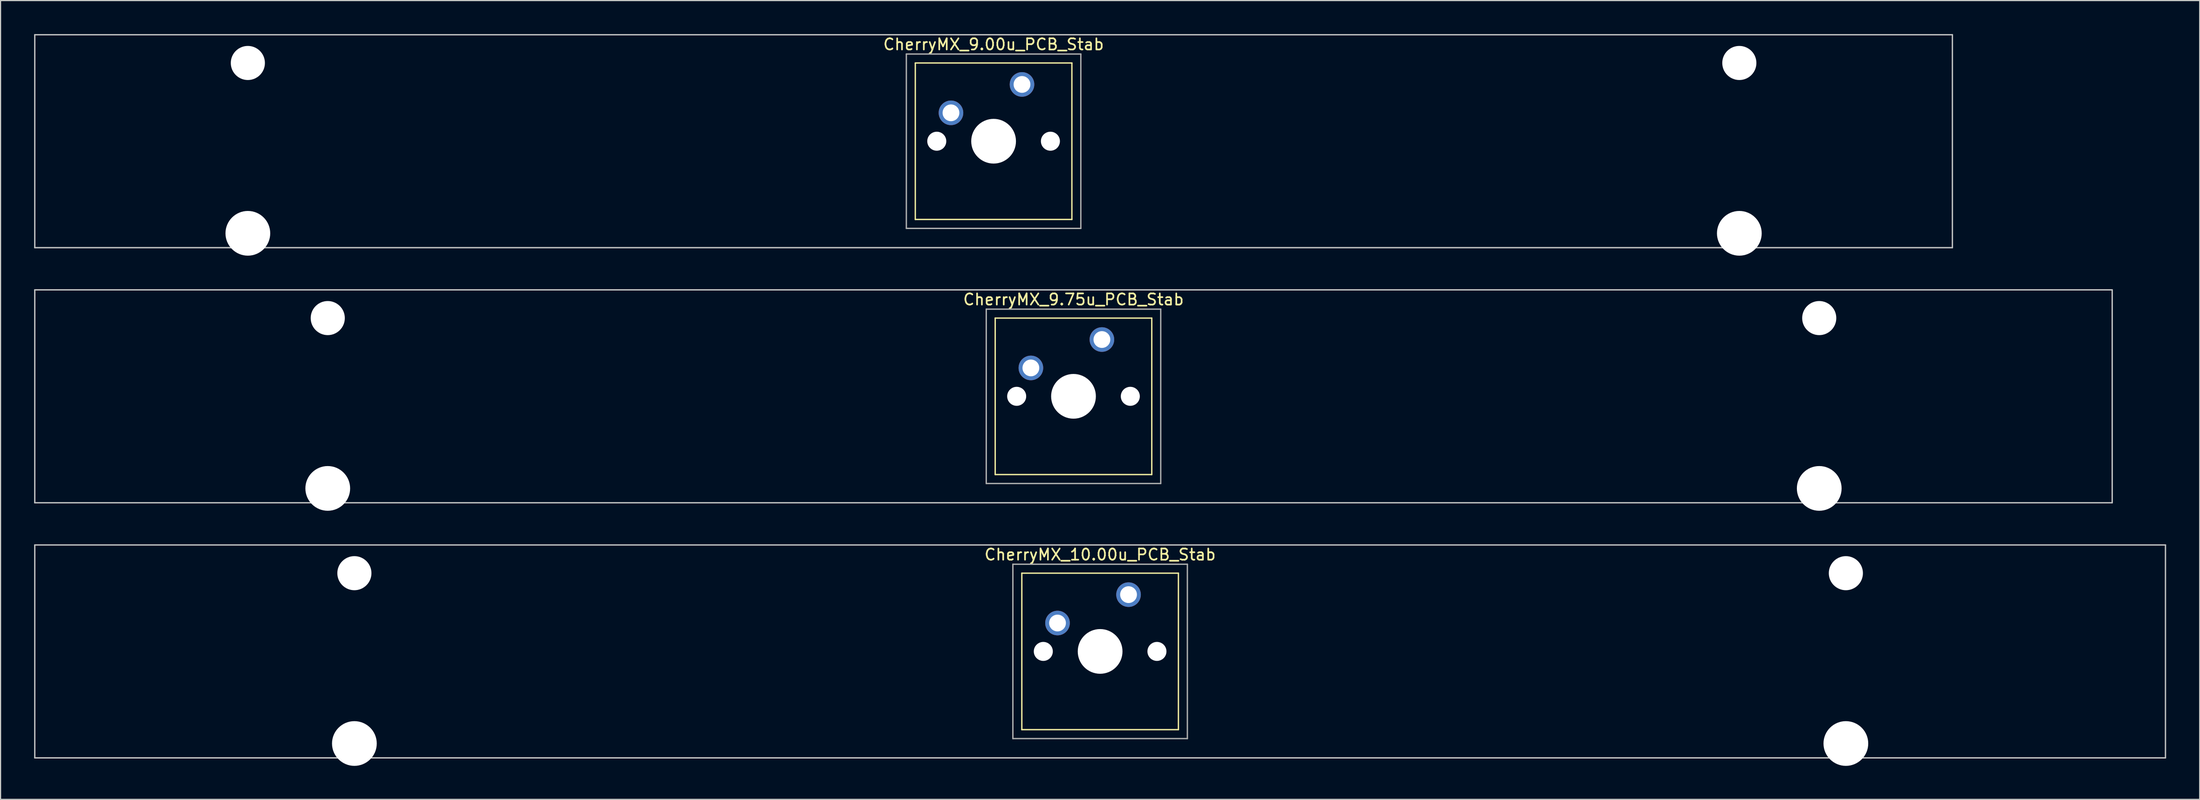
<source format=kicad_pcb>
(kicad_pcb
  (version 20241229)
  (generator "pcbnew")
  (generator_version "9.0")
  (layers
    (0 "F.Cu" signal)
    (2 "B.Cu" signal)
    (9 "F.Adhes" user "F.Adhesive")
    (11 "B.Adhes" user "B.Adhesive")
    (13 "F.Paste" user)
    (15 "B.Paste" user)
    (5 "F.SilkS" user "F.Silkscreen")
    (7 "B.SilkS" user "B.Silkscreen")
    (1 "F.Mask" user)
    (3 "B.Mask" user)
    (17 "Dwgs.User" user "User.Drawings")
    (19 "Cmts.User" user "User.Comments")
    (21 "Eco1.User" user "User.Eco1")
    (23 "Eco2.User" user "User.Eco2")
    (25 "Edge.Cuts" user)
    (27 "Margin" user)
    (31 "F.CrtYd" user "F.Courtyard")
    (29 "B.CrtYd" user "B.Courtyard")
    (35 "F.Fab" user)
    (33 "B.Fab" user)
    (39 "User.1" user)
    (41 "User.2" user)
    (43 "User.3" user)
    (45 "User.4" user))
  (footprint "CherryMX_9.75u_PCB_Stab"
    (layer "F.Cu")
    (at 92.929 32.41)
    (property "Reference" "CherryMX_9.75u_PCB_Stab" (at 0 -8.662 0) (layer "F.SilkS") (effects (font (size 1 1) (thickness 0.15))))
    (attr through_hole)
    (fp_line (start -7 -7) (end -7 7) (stroke (width 0.12) (type solid)) (layer "F.SilkS"))
    (fp_line (start -7 -7) (end 7 -7) (stroke (width 0.12) (type solid)) (layer "F.SilkS"))
    (fp_line (start 7 -7) (end 7 7) (stroke (width 0.12) (type solid)) (layer "F.SilkS"))
    (fp_line (start 7 7) (end -7 7) (stroke (width 0.12) (type solid)) (layer "F.SilkS"))
    (fp_line (start -92.869 -9.525) (end 92.869 -9.525) (stroke (width 0.12) (type solid)) (layer "Dwgs.User"))
    (fp_line (start -92.869 9.525) (end -92.869 -9.525) (stroke (width 0.12) (type solid)) (layer "Dwgs.User"))
    (fp_line (start 92.869 -9.525) (end 92.869 9.525) (stroke (width 0.12) (type solid)) (layer "Dwgs.User"))
    (fp_line (start 92.869 9.525) (end -92.869 9.525) (stroke (width 0.12) (type solid)) (layer "Dwgs.User"))
    (fp_line (start -7.8 -7.8) (end -7.8 7.8) (stroke (width 0.12) (type solid)) (layer "F.Fab"))
    (fp_line (start -7.8 -7.8) (end 7.8 -7.8) (stroke (width 0.12) (type solid)) (layer "F.Fab"))
    (fp_line (start -7.8 7.8) (end 7.8 7.8) (stroke (width 0.12) (type solid)) (layer "F.Fab"))
    (fp_line (start 7.8 -7.8) (end 7.8 7.8) (stroke (width 0.12) (type solid)) (layer "F.Fab"))
    (pad "" np_thru_hole circle (at -66.675 -7) (size 3.05 3.05) (drill 3.05) (layers "*.Cu" "*.Mask"))
    (pad "" np_thru_hole circle (at -66.675 8.24) (size 4 4) (drill 4) (layers "*.Cu" "*.Mask"))
    (pad "" np_thru_hole circle (at -5.08 0) (size 1.7 1.7) (drill 1.7) (layers "*.Cu" "*.Mask"))
    (pad "" np_thru_hole circle (at 0 0) (size 4 4) (drill 4) (layers "*.Cu" "*.Mask"))
    (pad "" np_thru_hole circle (at 5.08 0) (size 1.7 1.7) (drill 1.7) (layers "*.Cu" "*.Mask"))
    (pad "" np_thru_hole circle (at 66.675 -7) (size 3.05 3.05) (drill 3.05) (layers "*.Cu" "*.Mask"))
    (pad "" np_thru_hole circle (at 66.675 8.24) (size 4 4) (drill 4) (layers "*.Cu" "*.Mask"))
    (pad "1" thru_hole circle (at -3.81 -2.54) (size 2.2 2.2) (drill 1.5) (layers "*.Cu" "*.Mask"))
    (pad "2" thru_hole circle (at 2.54 -5.08) (size 2.2 2.2) (drill 1.5) (layers "*.Cu" "*.Mask")))
  (footprint "CherryMX_9.00u_PCB_Stab"
    (layer "F.Cu")
    (at 85.785 9.585)
    (property "Reference" "CherryMX_9.00u_PCB_Stab" (at 0 -8.662 0) (layer "F.SilkS") (effects (font (size 1 1) (thickness 0.15))))
    (attr through_hole)
    (fp_line (start -7 -7) (end -7 7) (stroke (width 0.12) (type solid)) (layer "F.SilkS"))
    (fp_line (start -7 -7) (end 7 -7) (stroke (width 0.12) (type solid)) (layer "F.SilkS"))
    (fp_line (start 7 -7) (end 7 7) (stroke (width 0.12) (type solid)) (layer "F.SilkS"))
    (fp_line (start 7 7) (end -7 7) (stroke (width 0.12) (type solid)) (layer "F.SilkS"))
    (fp_line (start -85.725 -9.525) (end 85.725 -9.525) (stroke (width 0.12) (type solid)) (layer "Dwgs.User"))
    (fp_line (start -85.725 9.525) (end -85.725 -9.525) (stroke (width 0.12) (type solid)) (layer "Dwgs.User"))
    (fp_line (start 85.725 -9.525) (end 85.725 9.525) (stroke (width 0.12) (type solid)) (layer "Dwgs.User"))
    (fp_line (start 85.725 9.525) (end -85.725 9.525) (stroke (width 0.12) (type solid)) (layer "Dwgs.User"))
    (fp_line (start -7.8 -7.8) (end -7.8 7.8) (stroke (width 0.12) (type solid)) (layer "F.Fab"))
    (fp_line (start -7.8 -7.8) (end 7.8 -7.8) (stroke (width 0.12) (type solid)) (layer "F.Fab"))
    (fp_line (start -7.8 7.8) (end 7.8 7.8) (stroke (width 0.12) (type solid)) (layer "F.Fab"))
    (fp_line (start 7.8 -7.8) (end 7.8 7.8) (stroke (width 0.12) (type solid)) (layer "F.Fab"))
    (pad "" np_thru_hole circle (at -66.675 -7) (size 3.05 3.05) (drill 3.05) (layers "*.Cu" "*.Mask"))
    (pad "" np_thru_hole circle (at -66.675 8.24) (size 4 4) (drill 4) (layers "*.Cu" "*.Mask"))
    (pad "" np_thru_hole circle (at -5.08 0) (size 1.7 1.7) (drill 1.7) (layers "*.Cu" "*.Mask"))
    (pad "" np_thru_hole circle (at 0 0) (size 4 4) (drill 4) (layers "*.Cu" "*.Mask"))
    (pad "" np_thru_hole circle (at 5.08 0) (size 1.7 1.7) (drill 1.7) (layers "*.Cu" "*.Mask"))
    (pad "" np_thru_hole circle (at 66.675 -7) (size 3.05 3.05) (drill 3.05) (layers "*.Cu" "*.Mask"))
    (pad "" np_thru_hole circle (at 66.675 8.24) (size 4 4) (drill 4) (layers "*.Cu" "*.Mask"))
    (pad "1" thru_hole circle (at -3.81 -2.54) (size 2.2 2.2) (drill 1.5) (layers "*.Cu" "*.Mask"))
    (pad "2" thru_hole circle (at 2.54 -5.08) (size 2.2 2.2) (drill 1.5) (layers "*.Cu" "*.Mask")))
  (footprint "CherryMX_10.00u_PCB_Stab"
    (layer "F.Cu")
    (at 95.31 55.235)
    (property "Reference" "CherryMX_10.00u_PCB_Stab" (at 0 -8.662 0) (layer "F.SilkS") (effects (font (size 1 1) (thickness 0.15))))
    (attr through_hole)
    (fp_line (start -7 -7) (end -7 7) (stroke (width 0.12) (type solid)) (layer "F.SilkS"))
    (fp_line (start -7 -7) (end 7 -7) (stroke (width 0.12) (type solid)) (layer "F.SilkS"))
    (fp_line (start 7 -7) (end 7 7) (stroke (width 0.12) (type solid)) (layer "F.SilkS"))
    (fp_line (start 7 7) (end -7 7) (stroke (width 0.12) (type solid)) (layer "F.SilkS"))
    (fp_line (start -95.25 -9.525) (end 95.25 -9.525) (stroke (width 0.12) (type solid)) (layer "Dwgs.User"))
    (fp_line (start -95.25 9.525) (end -95.25 -9.525) (stroke (width 0.12) (type solid)) (layer "Dwgs.User"))
    (fp_line (start 95.25 -9.525) (end 95.25 9.525) (stroke (width 0.12) (type solid)) (layer "Dwgs.User"))
    (fp_line (start 95.25 9.525) (end -95.25 9.525) (stroke (width 0.12) (type solid)) (layer "Dwgs.User"))
    (fp_line (start -7.8 -7.8) (end -7.8 7.8) (stroke (width 0.12) (type solid)) (layer "F.Fab"))
    (fp_line (start -7.8 -7.8) (end 7.8 -7.8) (stroke (width 0.12) (type solid)) (layer "F.Fab"))
    (fp_line (start -7.8 7.8) (end 7.8 7.8) (stroke (width 0.12) (type solid)) (layer "F.Fab"))
    (fp_line (start 7.8 -7.8) (end 7.8 7.8) (stroke (width 0.12) (type solid)) (layer "F.Fab"))
    (pad "" np_thru_hole circle (at -66.675 -7) (size 3.05 3.05) (drill 3.05) (layers "*.Cu" "*.Mask"))
    (pad "" np_thru_hole circle (at -66.675 8.24) (size 4 4) (drill 4) (layers "*.Cu" "*.Mask"))
    (pad "" np_thru_hole circle (at -5.08 0) (size 1.7 1.7) (drill 1.7) (layers "*.Cu" "*.Mask"))
    (pad "" np_thru_hole circle (at 0 0) (size 4 4) (drill 4) (layers "*.Cu" "*.Mask"))
    (pad "" np_thru_hole circle (at 5.08 0) (size 1.7 1.7) (drill 1.7) (layers "*.Cu" "*.Mask"))
    (pad "" np_thru_hole circle (at 66.675 -7) (size 3.05 3.05) (drill 3.05) (layers "*.Cu" "*.Mask"))
    (pad "" np_thru_hole circle (at 66.675 8.24) (size 4 4) (drill 4) (layers "*.Cu" "*.Mask"))
    (pad "1" thru_hole circle (at -3.81 -2.54) (size 2.2 2.2) (drill 1.5) (layers "*.Cu" "*.Mask"))
    (pad "2" thru_hole circle (at 2.54 -5.08) (size 2.2 2.2) (drill 1.5) (layers "*.Cu" "*.Mask")))
  (gr_rect
    (start -3 -3)
    (end 193.62 68.475)
    (stroke (width 0.1) (type default))
    (fill no)
    (layer "Edge.Cuts")))
</source>
